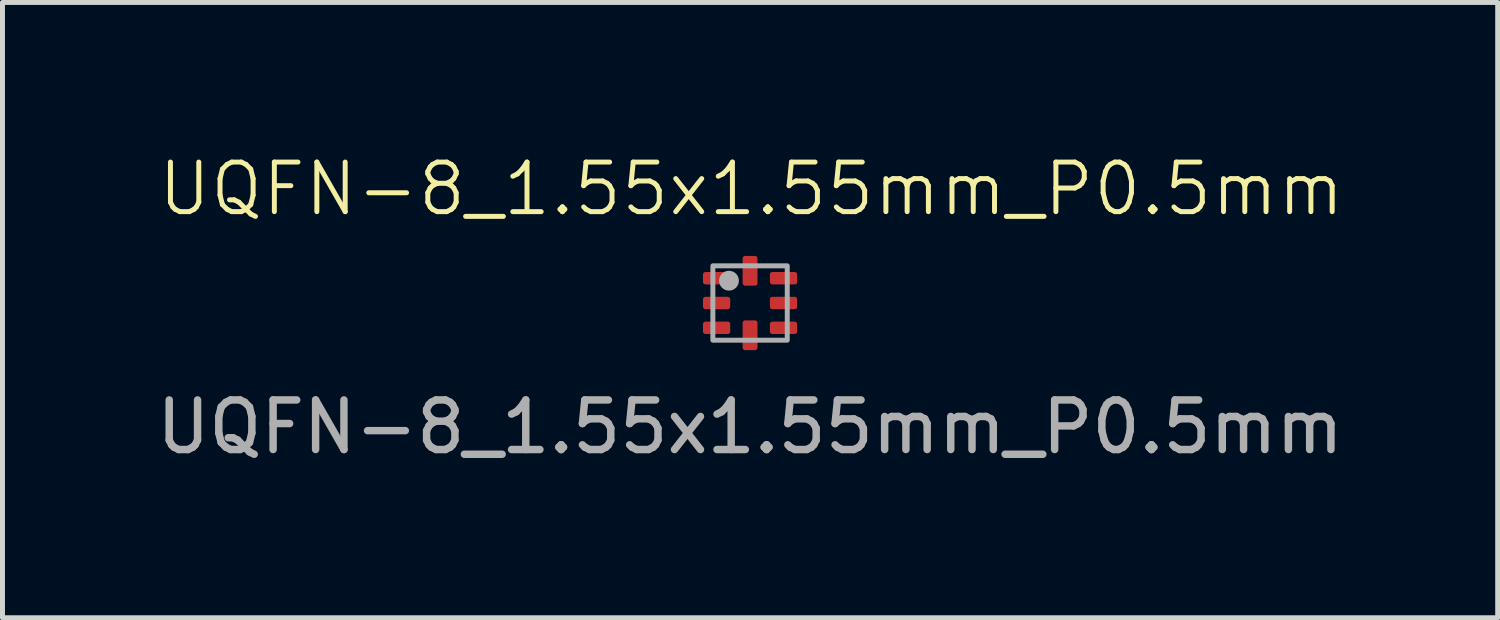
<source format=kicad_pcb>
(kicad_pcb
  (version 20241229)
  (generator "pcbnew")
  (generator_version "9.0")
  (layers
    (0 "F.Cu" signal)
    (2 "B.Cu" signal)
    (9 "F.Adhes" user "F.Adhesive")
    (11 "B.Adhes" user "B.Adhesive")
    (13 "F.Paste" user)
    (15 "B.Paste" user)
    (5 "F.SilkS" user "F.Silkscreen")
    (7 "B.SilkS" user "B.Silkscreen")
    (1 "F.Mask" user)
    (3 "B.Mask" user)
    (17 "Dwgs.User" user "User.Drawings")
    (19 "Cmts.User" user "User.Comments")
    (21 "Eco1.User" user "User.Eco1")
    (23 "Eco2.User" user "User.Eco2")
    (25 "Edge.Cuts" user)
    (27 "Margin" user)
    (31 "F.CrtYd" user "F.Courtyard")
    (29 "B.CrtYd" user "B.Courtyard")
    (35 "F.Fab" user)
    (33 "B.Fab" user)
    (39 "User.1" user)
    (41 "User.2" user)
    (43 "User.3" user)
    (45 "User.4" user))
  (footprint "UQFN-8_1.55x1.55mm_P0.5mm"
    (layer "F.Cu")
    (at 12.077 3.061)
    (property "Reference" "UQFN-8_1.55x1.55mm_P0.5mm" (at 0.025 -2.3 0) (unlocked yes) (layer "F.SilkS") (effects (font (size 1 1) (thickness 0.1))))
    (attr smd)
    (fp_rect (start -0.975 -1) (end 0.975 1) (stroke (width 0.05) (type solid)) (fill no) (layer "Margin"))
    (fp_rect (start -0.75 -0.75) (end 0.75 0.75) (stroke (width 0.1) (type default)) (fill no) (layer "F.Fab"))
    (fp_circle (center -0.425 -0.45) (end -0.425 -0.35) (stroke (width 0.2) (type default)) (fill no) (layer "F.Fab"))
    (fp_text user "${REFERENCE}" (at 0 2.5 0) (unlocked yes) (layer "F.Fab") (effects (font (size 1 1) (thickness 0.15))))
    (pad "1" smd roundrect (at -0.675 -0.5 270) (size 0.25 0.55) (layers "F.Cu" "F.Mask" "F.Paste") (roundrect_rratio 0.2))
    (pad "2" smd roundrect (at -0.675 0 270) (size 0.25 0.55) (layers "F.Cu" "F.Mask" "F.Paste") (roundrect_rratio 0.2))
    (pad "3" smd roundrect (at -0.675 0.5 270) (size 0.25 0.55) (layers "F.Cu" "F.Mask" "F.Paste") (roundrect_rratio 0.2))
    (pad "4" smd roundrect (at 0 0.65 270) (size 0.6 0.3) (layers "F.Cu" "F.Mask" "F.Paste") (roundrect_rratio 0.167))
    (pad "5" smd roundrect (at 0.675 0.5 270) (size 0.25 0.55) (layers "F.Cu" "F.Mask" "F.Paste") (roundrect_rratio 0.2))
    (pad "6" smd roundrect (at 0.675 0 270) (size 0.25 0.55) (layers "F.Cu" "F.Mask" "F.Paste") (roundrect_rratio 0.2))
    (pad "7" smd roundrect (at 0.675 -0.5 270) (size 0.25 0.55) (layers "F.Cu" "F.Mask" "F.Paste") (roundrect_rratio 0.2))
    (pad "8" smd roundrect (at 0 -0.65 270) (size 0.6 0.3) (layers "F.Cu" "F.Mask" "F.Paste") (roundrect_rratio 0.167)))
  (gr_rect
    (start -3 -3)
    (end 27.155 9.409)
    (stroke (width 0.1) (type default))
    (fill no)
    (layer "Edge.Cuts")))
</source>
